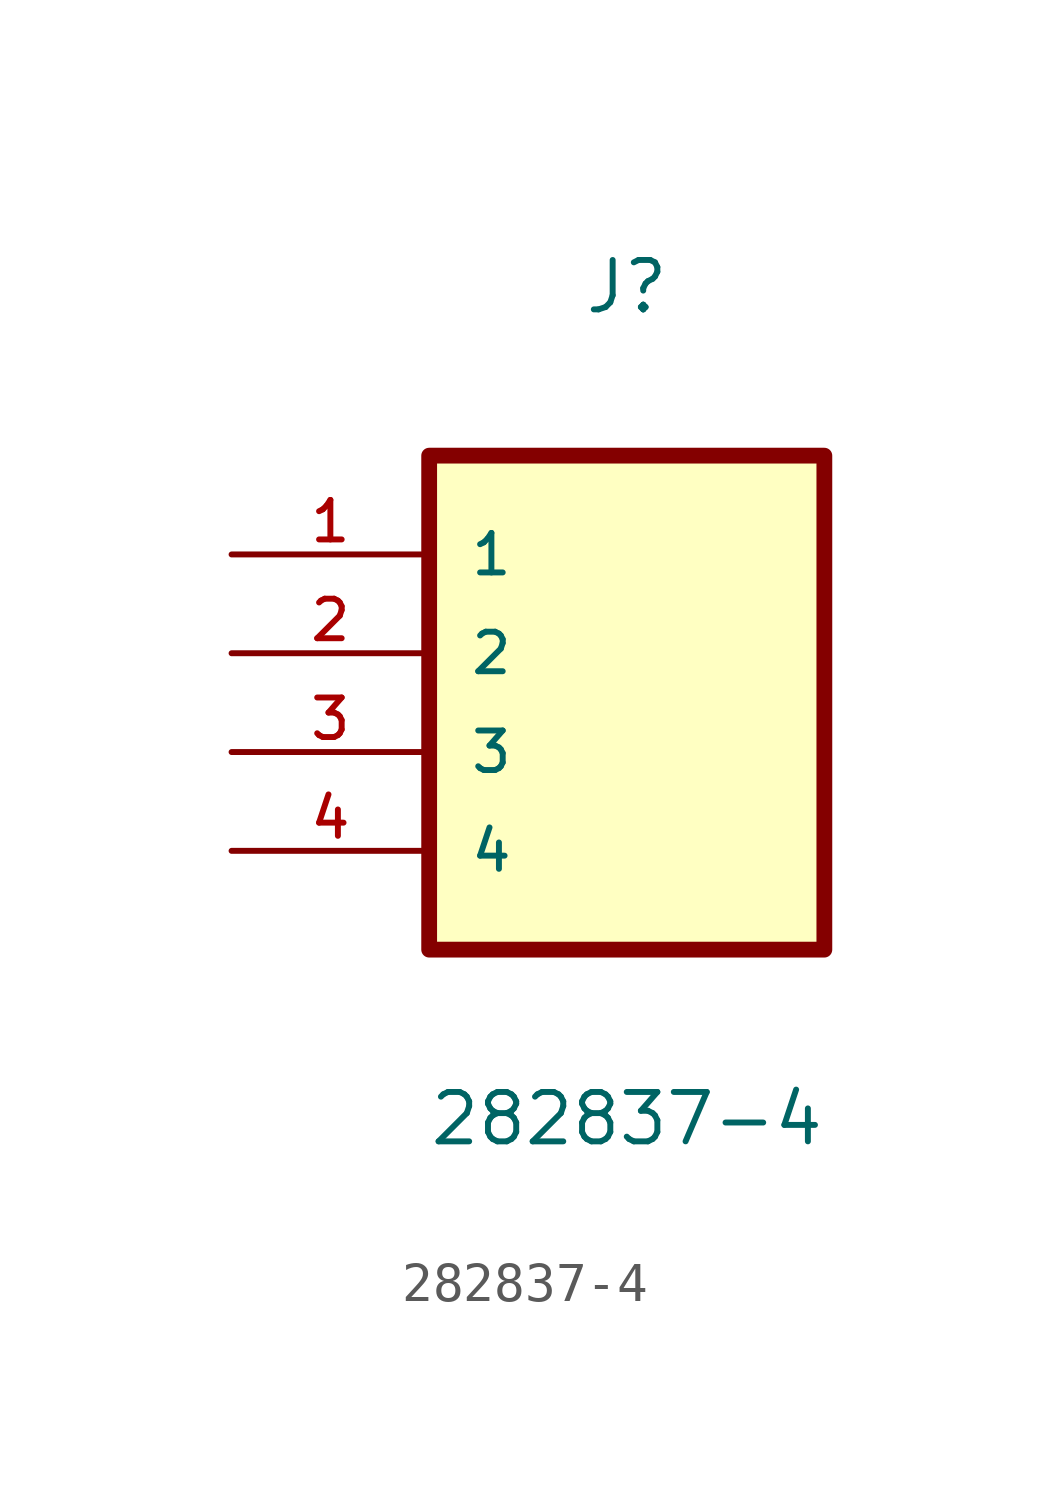
<source format=kicad_sym>
(kicad_symbol_lib
  (version 20211014)
  (generator kicad_symbol_editor)
  (symbol "282837-4"
    (pin_names
      (offset 1.016))
    (property "Reference" "J"
      (at 0.0 12.703 0)
      (effects (font (size 1.27 1.27)) (justify top)))
    (property "Value" "282837-4"
      (at 0.0 -10.172 0)
      (effects (font (size 1.27 1.27)) (justify bottom)))
    (symbol "282837-4_0_0"
      (rectangle (start -5.08 -5.08) (end 5.08 7.62) (stroke (width 0.406)) (fill (type background)))
      (pin passive line (at -10.16 0.0 0) (length 5.08) (name "3" (effects (font (size 1.016 1.016)))) (number "3" (effects (font (size 1.016 1.016)))))
      (pin passive line (at -10.16 2.54 0) (length 5.08) (name "2" (effects (font (size 1.016 1.016)))) (number "2" (effects (font (size 1.016 1.016)))))
      (pin passive line (at -10.16 5.08 0) (length 5.08) (name "1" (effects (font (size 1.016 1.016)))) (number "1" (effects (font (size 1.016 1.016)))))
      (pin passive line (at -10.16 -2.54 0) (length 5.08) (name "4" (effects (font (size 1.016 1.016)))) (number "4" (effects (font (size 1.016 1.016))))))))
</source>
